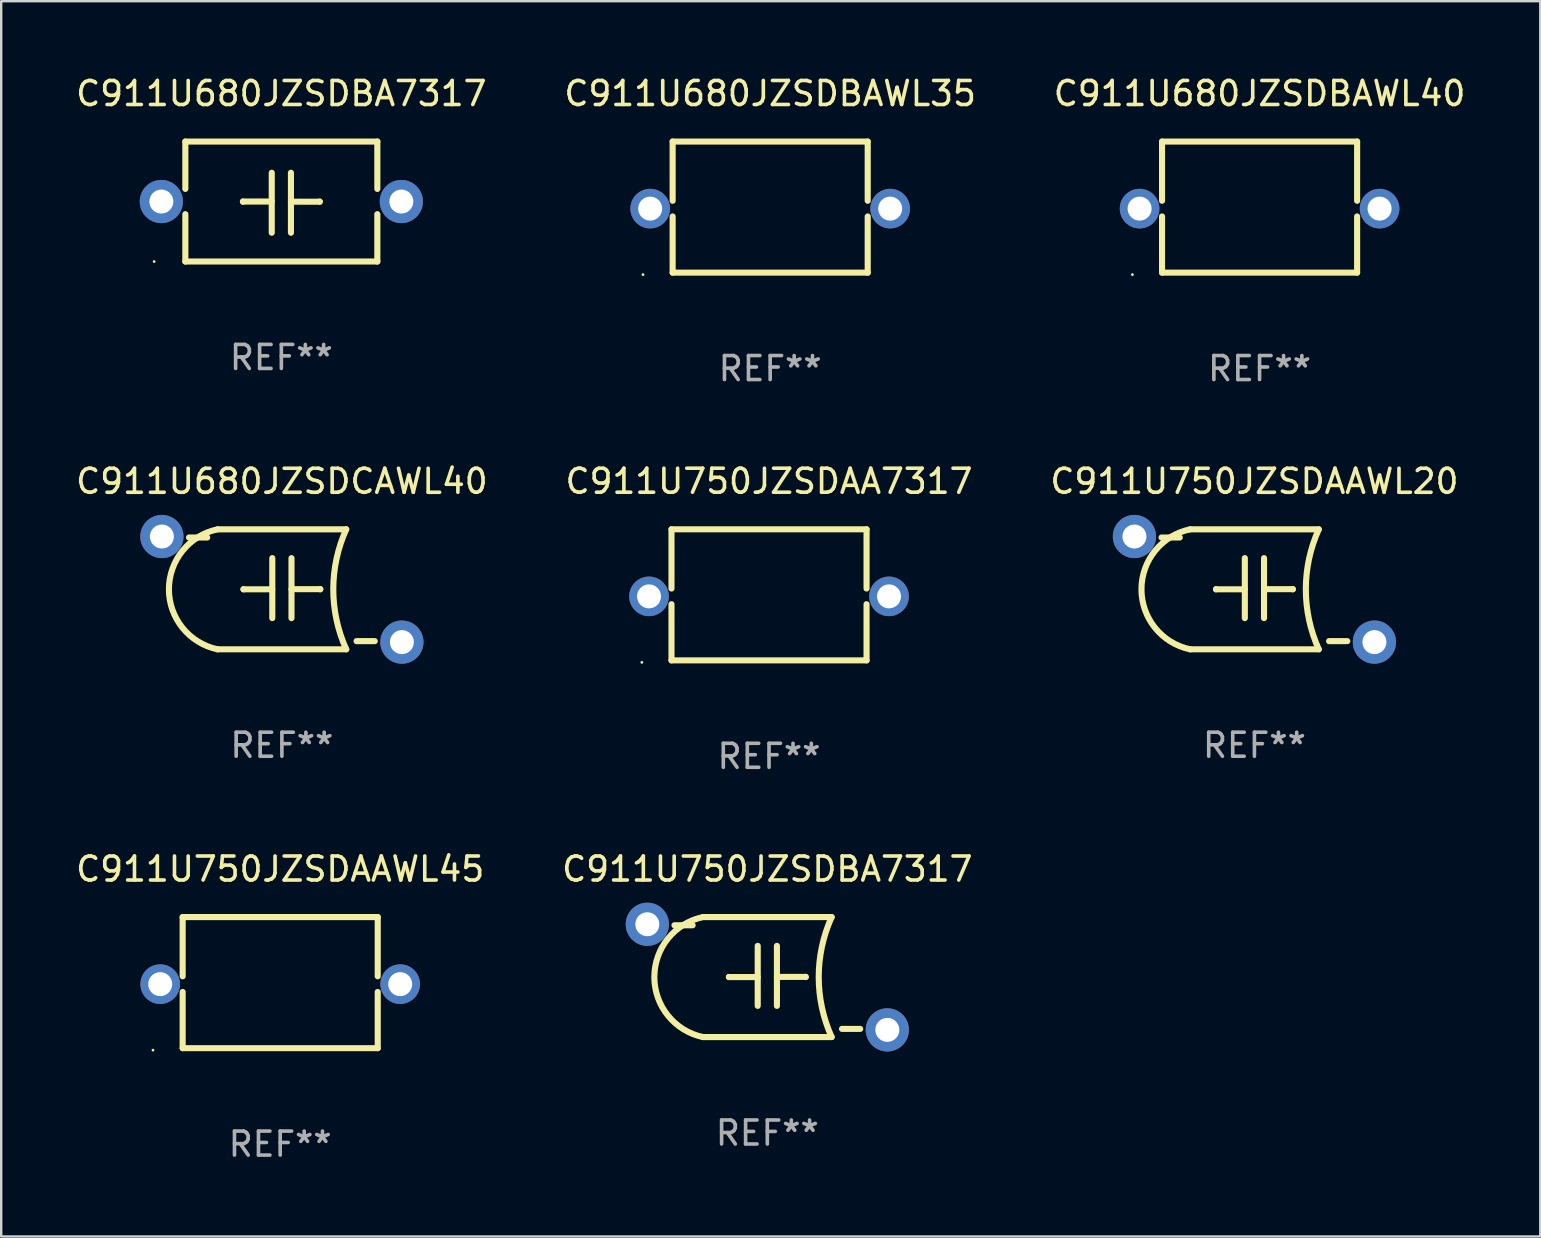
<source format=kicad_pcb>
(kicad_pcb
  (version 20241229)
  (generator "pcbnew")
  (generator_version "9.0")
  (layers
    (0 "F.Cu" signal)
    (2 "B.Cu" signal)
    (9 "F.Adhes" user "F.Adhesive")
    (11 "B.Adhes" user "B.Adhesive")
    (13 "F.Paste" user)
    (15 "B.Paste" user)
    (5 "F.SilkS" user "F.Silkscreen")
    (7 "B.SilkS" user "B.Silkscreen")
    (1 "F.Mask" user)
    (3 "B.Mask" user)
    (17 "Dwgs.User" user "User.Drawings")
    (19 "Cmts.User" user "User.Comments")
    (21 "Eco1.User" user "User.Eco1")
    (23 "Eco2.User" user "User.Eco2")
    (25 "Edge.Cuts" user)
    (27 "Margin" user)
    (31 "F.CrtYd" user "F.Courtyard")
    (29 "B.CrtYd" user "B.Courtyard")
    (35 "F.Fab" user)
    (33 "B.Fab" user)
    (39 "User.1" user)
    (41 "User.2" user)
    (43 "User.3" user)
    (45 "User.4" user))
  (footprint "C911U750JZSDAAWL45"
    (layer "F.Cu")
    (at 8.625 37.894)
    (property "Reference" "C911U750JZSDAAWL45" (at 0 -4.731 0) (layer "F.SilkS") (effects (font (size 1 1) (thickness 0.15))))
    (attr through_hole)
    (fp_line (start -4.064 -2.731) (end -4.064 -0.263) (stroke (width 0.254) (type solid)) (layer "F.SilkS"))
    (fp_line (start -4.064 0.39) (end -4.064 2.731) (stroke (width 0.254) (type solid)) (layer "F.SilkS"))
    (fp_line (start -4.064 2.731) (end 4.064 2.731) (stroke (width 0.254) (type solid)) (layer "F.SilkS"))
    (fp_line (start 4.064 -2.731) (end -4.064 -2.731) (stroke (width 0.254) (type solid)) (layer "F.SilkS"))
    (fp_line (start 4.064 -0.263) (end 4.064 -2.731) (stroke (width 0.254) (type solid)) (layer "F.SilkS"))
    (fp_line (start 4.064 2.731) (end 4.064 0.39) (stroke (width 0.254) (type solid)) (layer "F.SilkS"))
    (fp_circle (center -5.3 2.814) (end -5.27 2.814) (stroke (width 0.06) (type solid)) (fill no) (layer "F.SilkS"))
    (fp_text user "REF**" (at 0 6.731 0) (layer "F.Fab") (effects (font (size 1 1) (thickness 0.15))))
    (pad "1" thru_hole circle (at -5 0.064) (size 1.65 1.65) (drill 1) (layers "*.Cu" "*.Mask"))
    (pad "2" thru_hole circle (at 5 0.064) (size 1.65 1.65) (drill 1) (layers "*.Cu" "*.Mask")))
  (footprint "C911U750JZSDBA7317"
    (layer "F.Cu")
    (at 28.923 37.663)
    (property "Reference" "C911U750JZSDBA7317" (at 0 -4.5 0) (layer "F.SilkS") (effects (font (size 1 1) (thickness 0.15))))
    (attr through_hole)
    (fp_line (start -3.87 -2.159) (end -3.111 -2.159) (stroke (width 0.254) (type solid)) (layer "F.SilkS"))
    (fp_line (start -2.681 -2.5) (end 2.681 -2.5) (stroke (width 0.254) (type solid)) (layer "F.SilkS"))
    (fp_line (start -2.681 2.5) (end 2.681 2.5) (stroke (width 0.254) (type solid)) (layer "F.SilkS"))
    (fp_line (start -1.6 0) (end -1.6 -0.007) (stroke (width 0.254) (type solid)) (layer "F.SilkS"))
    (fp_line (start -0.4 -1.3) (end -0.4 1.2) (stroke (width 0.254) (type solid)) (layer "F.SilkS"))
    (fp_line (start -0.4 0) (end -1.6 0) (stroke (width 0.254) (type solid)) (layer "F.SilkS"))
    (fp_line (start 0.4 -0.007) (end 1.6 -0.007) (stroke (width 0.254) (type solid)) (layer "F.SilkS"))
    (fp_line (start 0.4 1.2) (end 0.4 -1.3) (stroke (width 0.254) (type solid)) (layer "F.SilkS"))
    (fp_line (start 1.6 -0.007) (end 1.6 0) (stroke (width 0.254) (type solid)) (layer "F.SilkS"))
    (fp_line (start 3.87 2.159) (end 3.111 2.159) (stroke (width 0.254) (type solid)) (layer "F.SilkS"))
    (fp_arc (start -2.680848 2.5) (mid -4.707561 0) (end -2.680849 -2.5) (stroke (width 0.254001) (type solid)) (layer "F.SilkS"))
    (fp_arc (start 2.680848 2.5) (mid 2.141873 0) (end 2.680848 -2.5) (stroke (width 0.254001) (type solid)) (layer "F.SilkS"))
    (fp_circle (center -5.3 -2.51) (end -5.27 -2.51) (stroke (width 0.06) (type solid)) (fill no) (layer "F.SilkS"))
    (fp_text user "REF**" (at 0 6.5 0) (layer "F.Fab") (effects (font (size 1 1) (thickness 0.15))))
    (pad "1" thru_hole circle (at -5 -2.2) (size 1.8 1.8) (drill 1) (layers "*.Cu" "*.Mask"))
    (pad "2" thru_hole circle (at 5 2.2) (size 1.8 1.8) (drill 1) (layers "*.Cu" "*.Mask")))
  (footprint "C911U680JZSDCAWL40"
    (layer "F.Cu")
    (at 8.696 21.506)
    (property "Reference" "C911U680JZSDCAWL40" (at 0 -4.5 0) (layer "F.SilkS") (effects (font (size 1 1) (thickness 0.15))))
    (attr through_hole)
    (fp_line (start -3.87 -2.159) (end -3.111 -2.159) (stroke (width 0.254) (type solid)) (layer "F.SilkS"))
    (fp_line (start -2.681 -2.5) (end 2.681 -2.5) (stroke (width 0.254) (type solid)) (layer "F.SilkS"))
    (fp_line (start -2.681 2.5) (end 2.681 2.5) (stroke (width 0.254) (type solid)) (layer "F.SilkS"))
    (fp_line (start -1.6 0) (end -1.6 -0.007) (stroke (width 0.254) (type solid)) (layer "F.SilkS"))
    (fp_line (start -0.4 -1.3) (end -0.4 1.2) (stroke (width 0.254) (type solid)) (layer "F.SilkS"))
    (fp_line (start -0.4 0) (end -1.6 0) (stroke (width 0.254) (type solid)) (layer "F.SilkS"))
    (fp_line (start 0.4 -0.007) (end 1.6 -0.007) (stroke (width 0.254) (type solid)) (layer "F.SilkS"))
    (fp_line (start 0.4 1.2) (end 0.4 -1.3) (stroke (width 0.254) (type solid)) (layer "F.SilkS"))
    (fp_line (start 1.6 -0.007) (end 1.6 0) (stroke (width 0.254) (type solid)) (layer "F.SilkS"))
    (fp_line (start 3.87 2.159) (end 3.111 2.159) (stroke (width 0.254) (type solid)) (layer "F.SilkS"))
    (fp_arc (start -2.680848 2.5) (mid -4.707561 0) (end -2.680849 -2.5) (stroke (width 0.254001) (type solid)) (layer "F.SilkS"))
    (fp_arc (start 2.680848 2.5) (mid 2.141873 0) (end 2.680848 -2.5) (stroke (width 0.254001) (type solid)) (layer "F.SilkS"))
    (fp_circle (center -5.3 -2.51) (end -5.27 -2.51) (stroke (width 0.06) (type solid)) (fill no) (layer "F.SilkS"))
    (fp_text user "REF**" (at 0 6.5 0) (layer "F.Fab") (effects (font (size 1 1) (thickness 0.15))))
    (pad "1" thru_hole circle (at -5 -2.2) (size 1.8 1.8) (drill 1) (layers "*.Cu" "*.Mask"))
    (pad "2" thru_hole circle (at 5 2.2) (size 1.8 1.8) (drill 1) (layers "*.Cu" "*.Mask")))
  (footprint "C911U680JZSDBAWL40"
    (layer "F.Cu")
    (at 49.435 5.579)
    (property "Reference" "C911U680JZSDBAWL40" (at 0 -4.731 0) (layer "F.SilkS") (effects (font (size 1 1) (thickness 0.15))))
    (attr through_hole)
    (fp_line (start -4.064 -2.731) (end -4.064 -0.263) (stroke (width 0.254) (type solid)) (layer "F.SilkS"))
    (fp_line (start -4.064 0.39) (end -4.064 2.731) (stroke (width 0.254) (type solid)) (layer "F.SilkS"))
    (fp_line (start -4.064 2.731) (end 4.064 2.731) (stroke (width 0.254) (type solid)) (layer "F.SilkS"))
    (fp_line (start 4.064 -2.731) (end -4.064 -2.731) (stroke (width 0.254) (type solid)) (layer "F.SilkS"))
    (fp_line (start 4.064 -0.263) (end 4.064 -2.731) (stroke (width 0.254) (type solid)) (layer "F.SilkS"))
    (fp_line (start 4.064 2.731) (end 4.064 0.39) (stroke (width 0.254) (type solid)) (layer "F.SilkS"))
    (fp_circle (center -5.3 2.814) (end -5.27 2.814) (stroke (width 0.06) (type solid)) (fill no) (layer "F.SilkS"))
    (fp_text user "REF**" (at 0 6.731 0) (layer "F.Fab") (effects (font (size 1 1) (thickness 0.15))))
    (pad "1" thru_hole circle (at -5 0.064) (size 1.65 1.65) (drill 1) (layers "*.Cu" "*.Mask"))
    (pad "2" thru_hole circle (at 5 0.064) (size 1.65 1.65) (drill 1) (layers "*.Cu" "*.Mask")))
  (footprint "C911U680JZSDBA7317"
    (layer "F.Cu")
    (at 8.673 5.348)
    (property "Reference" "C911U680JZSDBA7317" (at 0 -4.499 0) (layer "F.SilkS") (effects (font (size 1 1) (thickness 0.15))))
    (attr through_hole)
    (fp_line (start -4 -2.499) (end -4 -0.526) (stroke (width 0.254) (type solid)) (layer "F.SilkS"))
    (fp_line (start -4 -2.499) (end 4 -2.499) (stroke (width 0.254) (type solid)) (layer "F.SilkS"))
    (fp_line (start -4 0.526) (end -4 2.499) (stroke (width 0.254) (type solid)) (layer "F.SilkS"))
    (fp_line (start -1.6 0) (end -1.6 0.007) (stroke (width 0.254) (type solid)) (layer "F.SilkS"))
    (fp_line (start -0.4 0) (end -1.6 0) (stroke (width 0.254) (type solid)) (layer "F.SilkS"))
    (fp_line (start -0.4 1.3) (end -0.4 -1.2) (stroke (width 0.254) (type solid)) (layer "F.SilkS"))
    (fp_line (start 0.4 -1.2) (end 0.4 1.3) (stroke (width 0.254) (type solid)) (layer "F.SilkS"))
    (fp_line (start 0.4 0.007) (end 1.6 0.007) (stroke (width 0.254) (type solid)) (layer "F.SilkS"))
    (fp_line (start 1.6 0.007) (end 1.6 0) (stroke (width 0.254) (type solid)) (layer "F.SilkS"))
    (fp_line (start 4 -2.499) (end 4 -0.526) (stroke (width 0.254) (type solid)) (layer "F.SilkS"))
    (fp_line (start 4 0.526) (end 4 2.499) (stroke (width 0.254) (type solid)) (layer "F.SilkS"))
    (fp_line (start 4 2.499) (end -4 2.499) (stroke (width 0.254) (type solid)) (layer "F.SilkS"))
    (fp_circle (center -5.3 2.5) (end -5.27 2.5) (stroke (width 0.06) (type solid)) (fill no) (layer "F.SilkS"))
    (fp_text user "REF**" (at 0 6.499 0) (layer "F.Fab") (effects (font (size 1 1) (thickness 0.15))))
    (pad "1" thru_hole circle (at -5 0) (size 1.8 1.8) (drill 1) (layers "*.Cu" "*.Mask"))
    (pad "2" thru_hole circle (at 5 0) (size 1.8 1.8) (drill 1) (layers "*.Cu" "*.Mask")))
  (footprint "C911U750JZSDAA7317"
    (layer "F.Cu")
    (at 28.994 21.736)
    (property "Reference" "C911U750JZSDAA7317" (at 0 -4.731 0) (layer "F.SilkS") (effects (font (size 1 1) (thickness 0.15))))
    (attr through_hole)
    (fp_line (start -4.064 -2.731) (end -4.064 -0.263) (stroke (width 0.254) (type solid)) (layer "F.SilkS"))
    (fp_line (start -4.064 0.39) (end -4.064 2.731) (stroke (width 0.254) (type solid)) (layer "F.SilkS"))
    (fp_line (start -4.064 2.731) (end 4.064 2.731) (stroke (width 0.254) (type solid)) (layer "F.SilkS"))
    (fp_line (start 4.064 -2.731) (end -4.064 -2.731) (stroke (width 0.254) (type solid)) (layer "F.SilkS"))
    (fp_line (start 4.064 -0.263) (end 4.064 -2.731) (stroke (width 0.254) (type solid)) (layer "F.SilkS"))
    (fp_line (start 4.064 2.731) (end 4.064 0.39) (stroke (width 0.254) (type solid)) (layer "F.SilkS"))
    (fp_circle (center -5.3 2.814) (end -5.27 2.814) (stroke (width 0.06) (type solid)) (fill no) (layer "F.SilkS"))
    (fp_text user "REF**" (at 0 6.731 0) (layer "F.Fab") (effects (font (size 1 1) (thickness 0.15))))
    (pad "1" thru_hole circle (at -5 0.064) (size 1.65 1.65) (drill 1) (layers "*.Cu" "*.Mask"))
    (pad "2" thru_hole circle (at 5 0.064) (size 1.65 1.65) (drill 1) (layers "*.Cu" "*.Mask")))
  (footprint "C911U680JZSDBAWL35"
    (layer "F.Cu")
    (at 29.042 5.579)
    (property "Reference" "C911U680JZSDBAWL35" (at 0 -4.731 0) (layer "F.SilkS") (effects (font (size 1 1) (thickness 0.15))))
    (attr through_hole)
    (fp_line (start -4.064 -2.731) (end -4.064 -0.263) (stroke (width 0.254) (type solid)) (layer "F.SilkS"))
    (fp_line (start -4.064 0.39) (end -4.064 2.731) (stroke (width 0.254) (type solid)) (layer "F.SilkS"))
    (fp_line (start -4.064 2.731) (end 4.064 2.731) (stroke (width 0.254) (type solid)) (layer "F.SilkS"))
    (fp_line (start 4.064 -2.731) (end -4.064 -2.731) (stroke (width 0.254) (type solid)) (layer "F.SilkS"))
    (fp_line (start 4.064 -0.263) (end 4.064 -2.731) (stroke (width 0.254) (type solid)) (layer "F.SilkS"))
    (fp_line (start 4.064 2.731) (end 4.064 0.39) (stroke (width 0.254) (type solid)) (layer "F.SilkS"))
    (fp_circle (center -5.3 2.814) (end -5.27 2.814) (stroke (width 0.06) (type solid)) (fill no) (layer "F.SilkS"))
    (fp_text user "REF**" (at 0 6.731 0) (layer "F.Fab") (effects (font (size 1 1) (thickness 0.15))))
    (pad "1" thru_hole circle (at -5 0.064) (size 1.65 1.65) (drill 1) (layers "*.Cu" "*.Mask"))
    (pad "2" thru_hole circle (at 5 0.064) (size 1.65 1.65) (drill 1) (layers "*.Cu" "*.Mask")))
  (footprint "C911U750JZSDAAWL20"
    (layer "F.Cu")
    (at 49.22 21.506)
    (property "Reference" "C911U750JZSDAAWL20" (at 0 -4.5 0) (layer "F.SilkS") (effects (font (size 1 1) (thickness 0.15))))
    (attr through_hole)
    (fp_line (start -3.87 -2.159) (end -3.111 -2.159) (stroke (width 0.254) (type solid)) (layer "F.SilkS"))
    (fp_line (start -2.681 -2.5) (end 2.681 -2.5) (stroke (width 0.254) (type solid)) (layer "F.SilkS"))
    (fp_line (start -2.681 2.5) (end 2.681 2.5) (stroke (width 0.254) (type solid)) (layer "F.SilkS"))
    (fp_line (start -1.6 0) (end -1.6 -0.007) (stroke (width 0.254) (type solid)) (layer "F.SilkS"))
    (fp_line (start -0.4 -1.3) (end -0.4 1.2) (stroke (width 0.254) (type solid)) (layer "F.SilkS"))
    (fp_line (start -0.4 0) (end -1.6 0) (stroke (width 0.254) (type solid)) (layer "F.SilkS"))
    (fp_line (start 0.4 -0.007) (end 1.6 -0.007) (stroke (width 0.254) (type solid)) (layer "F.SilkS"))
    (fp_line (start 0.4 1.2) (end 0.4 -1.3) (stroke (width 0.254) (type solid)) (layer "F.SilkS"))
    (fp_line (start 1.6 -0.007) (end 1.6 0) (stroke (width 0.254) (type solid)) (layer "F.SilkS"))
    (fp_line (start 3.87 2.159) (end 3.111 2.159) (stroke (width 0.254) (type solid)) (layer "F.SilkS"))
    (fp_arc (start -2.680848 2.5) (mid -4.707561 0) (end -2.680849 -2.5) (stroke (width 0.254001) (type solid)) (layer "F.SilkS"))
    (fp_arc (start 2.680848 2.5) (mid 2.141873 0) (end 2.680848 -2.5) (stroke (width 0.254001) (type solid)) (layer "F.SilkS"))
    (fp_circle (center -5.3 -2.51) (end -5.27 -2.51) (stroke (width 0.06) (type solid)) (fill no) (layer "F.SilkS"))
    (fp_text user "REF**" (at 0 6.5 0) (layer "F.Fab") (effects (font (size 1 1) (thickness 0.15))))
    (pad "1" thru_hole circle (at -5 -2.2) (size 1.8 1.8) (drill 1) (layers "*.Cu" "*.Mask"))
    (pad "2" thru_hole circle (at 5 2.2) (size 1.8 1.8) (drill 1) (layers "*.Cu" "*.Mask")))
  (gr_rect
    (start -3 -3)
    (end 61.131 48.473)
    (stroke (width 0.1) (type default))
    (fill no)
    (layer "Edge.Cuts")))
</source>
